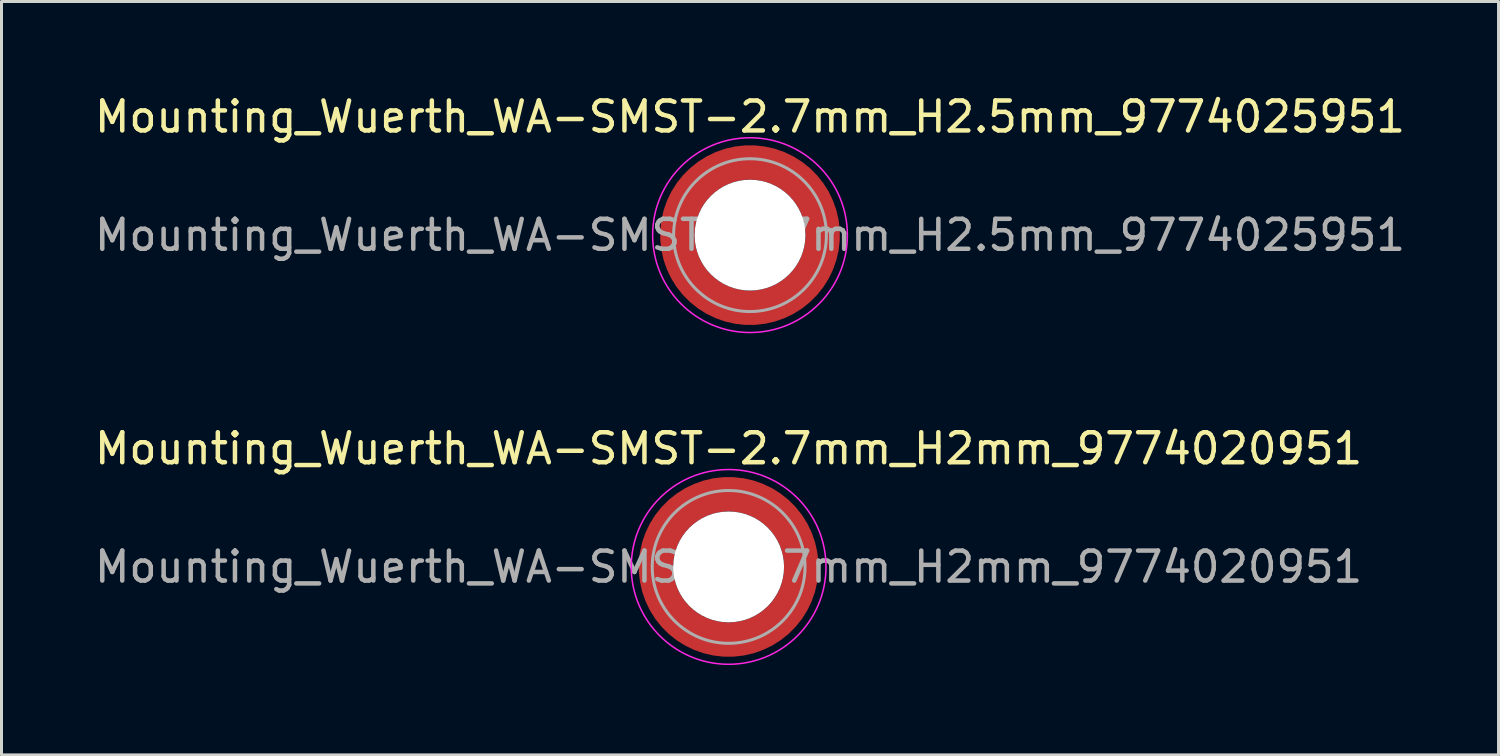
<source format=kicad_pcb>
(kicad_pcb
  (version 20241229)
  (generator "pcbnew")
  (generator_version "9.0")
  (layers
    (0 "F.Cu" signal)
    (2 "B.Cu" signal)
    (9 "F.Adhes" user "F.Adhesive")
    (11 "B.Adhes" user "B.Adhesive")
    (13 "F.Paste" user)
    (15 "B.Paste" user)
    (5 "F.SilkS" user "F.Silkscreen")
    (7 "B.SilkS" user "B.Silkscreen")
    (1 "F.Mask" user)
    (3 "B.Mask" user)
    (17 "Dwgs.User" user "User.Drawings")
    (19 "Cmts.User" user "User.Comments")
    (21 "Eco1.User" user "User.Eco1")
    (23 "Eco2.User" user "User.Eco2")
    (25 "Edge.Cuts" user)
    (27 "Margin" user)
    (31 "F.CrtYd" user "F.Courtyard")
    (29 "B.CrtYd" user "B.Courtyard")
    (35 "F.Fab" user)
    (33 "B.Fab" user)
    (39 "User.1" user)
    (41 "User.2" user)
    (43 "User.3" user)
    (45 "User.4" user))
  (footprint "Mounting_Wuerth_WA-SMST-2.7mm_H2.5mm_9774025951"
    (layer "F.Cu")
    (at 21.982 4.798)
    (property "Reference" "Mounting_Wuerth_WA-SMST-2.7mm_H2.5mm_9774025951" (at 0 -3.95 0) (layer "F.SilkS") (effects (font (size 1 1) (thickness 0.15))))
    (attr smd)
    (fp_circle (center 0 0) (end 3.25 0) (stroke (width 0.05) (type solid)) (fill no) (layer "F.CrtYd"))
    (fp_circle (center 0 0) (end 2.55 0) (stroke (width 0.1) (type solid)) (fill no) (layer "F.Fab"))
    (fp_text user "${REFERENCE}" (at 0 0 0) (layer "F.Fab") (effects (font (size 1 1) (thickness 0.15))))
    (pad "" smd custom (at -1.704 -1.704) (size 0.62 0.62) (layers "F.Paste") (options (anchor circle)) (primitives (gr_arc (start -0.250195 1.279127) (mid 0.289914 0.289914) (end 1.279127 -0.250195) (width 0.2)) (gr_arc (start -0.34334 1.279127) (mid 0.225488 0.225488) (end 1.279127 -0.34334) (width 0.2)) (gr_arc (start -0.436309 1.279127) (mid 0.161063 0.161063) (end 1.279127 -0.436309) (width 0.2)) (gr_arc (start -0.529126 1.279127) (mid 0.096638 0.096638) (end 1.279127 -0.529126) (width 0.2)) (gr_arc (start -0.621807 1.279127) (mid 0.032213 0.032213) (end 1.279127 -0.621807) (width 0.2)) (gr_arc (start -0.71437 1.279127) (mid -0.032213 -0.032213) (end 1.279127 -0.71437) (width 0.2)) (gr_arc (start -0.806826 1.279127) (mid -0.096638 -0.096638) (end 1.279127 -0.806826) (width 0.2)) (gr_arc (start -0.899187 1.279127) (mid -0.161063 -0.161063) (end 1.279127 -0.899187) (width 0.2)) (gr_arc (start -0.991463 1.279127) (mid -0.225488 -0.225488) (end 1.279127 -0.991463) (width 0.2)) (gr_arc (start -1.083663 1.279127) (mid -0.289914 -0.289914) (end 1.279127 -1.083663) (width 0.2)) (gr_line (start 1.279 -0.25) (end 1.279 -1.084) (width 0.2)) (gr_line (start -0.25 1.279) (end -1.084 1.279) (width 0.2))))
    (pad "" smd custom (at -1.704 1.704) (size 0.62 0.62) (layers "F.Paste") (options (anchor circle)) (primitives (gr_arc (start 1.279127 0.250195) (mid 0.289914 -0.289914) (end -0.250195 -1.279127) (width 0.2)) (gr_arc (start 1.279127 0.34334) (mid 0.225488 -0.225488) (end -0.34334 -1.279127) (width 0.2)) (gr_arc (start 1.279127 0.436309) (mid 0.161063 -0.161063) (end -0.436309 -1.279127) (width 0.2)) (gr_arc (start 1.279127 0.529126) (mid 0.096638 -0.096638) (end -0.529126 -1.279127) (width 0.2)) (gr_arc (start 1.279127 0.621807) (mid 0.032213 -0.032213) (end -0.621807 -1.279127) (width 0.2)) (gr_arc (start 1.279127 0.71437) (mid -0.032213 0.032213) (end -0.71437 -1.279127) (width 0.2)) (gr_arc (start 1.279127 0.806826) (mid -0.096638 0.096638) (end -0.806826 -1.279127) (width 0.2)) (gr_arc (start 1.279127 0.899187) (mid -0.161063 0.161063) (end -0.899187 -1.279127) (width 0.2)) (gr_arc (start 1.279127 0.991463) (mid -0.225488 0.225488) (end -0.991463 -1.279127) (width 0.2)) (gr_arc (start 1.279127 1.083663) (mid -0.289914 0.289914) (end -1.083663 -1.279127) (width 0.2)) (gr_line (start -0.25 -1.279) (end -1.084 -1.279) (width 0.2)) (gr_line (start 1.279 0.25) (end 1.279 1.084) (width 0.2))))
    (pad "" np_thru_hole circle (at 0 0) (size 3.7 3.7) (drill 3.7) (layers "*.Cu" "*.Mask"))
    (pad "" smd custom (at 1.704 -1.704) (size 0.62 0.62) (layers "F.Paste") (options (anchor circle)) (primitives (gr_arc (start -1.279127 -0.250195) (mid -0.289914 0.289914) (end 0.250195 1.279127) (width 0.2)) (gr_arc (start -1.279127 -0.34334) (mid -0.225488 0.225488) (end 0.34334 1.279127) (width 0.2)) (gr_arc (start -1.279127 -0.436309) (mid -0.161063 0.161063) (end 0.436309 1.279127) (width 0.2)) (gr_arc (start -1.279127 -0.529126) (mid -0.096638 0.096638) (end 0.529126 1.279127) (width 0.2)) (gr_arc (start -1.279127 -0.621807) (mid -0.032213 0.032213) (end 0.621807 1.279127) (width 0.2)) (gr_arc (start -1.279127 -0.71437) (mid 0.032213 -0.032213) (end 0.71437 1.279127) (width 0.2)) (gr_arc (start -1.279127 -0.806826) (mid 0.096638 -0.096638) (end 0.806826 1.279127) (width 0.2)) (gr_arc (start -1.279127 -0.899187) (mid 0.161063 -0.161063) (end 0.899187 1.279127) (width 0.2)) (gr_arc (start -1.279127 -0.991463) (mid 0.225488 -0.225488) (end 0.991463 1.279127) (width 0.2)) (gr_arc (start -1.279127 -1.083663) (mid 0.289914 -0.289914) (end 1.083663 1.279127) (width 0.2)) (gr_line (start 0.25 1.279) (end 1.084 1.279) (width 0.2)) (gr_line (start -1.279 -0.25) (end -1.279 -1.084) (width 0.2))))
    (pad "" smd custom (at 1.704 1.704) (size 0.62 0.62) (layers "F.Paste") (options (anchor circle)) (primitives (gr_arc (start 0.250195 -1.279127) (mid -0.289914 -0.289914) (end -1.279127 0.250195) (width 0.2)) (gr_arc (start 0.34334 -1.279127) (mid -0.225488 -0.225488) (end -1.279127 0.34334) (width 0.2)) (gr_arc (start 0.436309 -1.279127) (mid -0.161063 -0.161063) (end -1.279127 0.436309) (width 0.2)) (gr_arc (start 0.529126 -1.279127) (mid -0.096638 -0.096638) (end -1.279127 0.529126) (width 0.2)) (gr_arc (start 0.621807 -1.279127) (mid -0.032213 -0.032213) (end -1.279127 0.621807) (width 0.2)) (gr_arc (start 0.71437 -1.279127) (mid 0.032213 0.032213) (end -1.279127 0.71437) (width 0.2)) (gr_arc (start 0.806826 -1.279127) (mid 0.096638 0.096638) (end -1.279127 0.806826) (width 0.2)) (gr_arc (start 0.899187 -1.279127) (mid 0.161063 0.161063) (end -1.279127 0.899187) (width 0.2)) (gr_arc (start 0.991463 -1.279127) (mid 0.225488 0.225488) (end -1.279127 0.991463) (width 0.2)) (gr_arc (start 1.083663 -1.279127) (mid 0.289914 0.289914) (end -1.279127 1.083663) (width 0.2)) (gr_line (start -1.279 0.25) (end -1.279 1.084) (width 0.2)) (gr_line (start 0.25 -1.279) (end 1.084 -1.279) (width 0.2))))
    (pad "1" smd circle (at -2.425 0) (size 0.75 0.75) (layers "F.Cu"))
    (pad "1" smd circle (at 0 -2.425) (size 0.75 0.75) (layers "F.Cu"))
    (pad "1" smd circle (at 0 2.425) (size 0.75 0.75) (layers "F.Cu"))
    (pad "1" smd custom (at 2.425 0) (size 0.75 0.75) (layers "F.Cu" "F.Mask") (options (anchor circle)) (primitives (gr_circle (center -2.425 0) (end 0 0) (width 1.15) (fill no)))))
  (footprint "Mounting_Wuerth_WA-SMST-2.7mm_H2mm_9774020951"
    (layer "F.Cu")
    (at 21.268 15.871)
    (property "Reference" "Mounting_Wuerth_WA-SMST-2.7mm_H2mm_9774020951" (at 0 -3.95 0) (layer "F.SilkS") (effects (font (size 1 1) (thickness 0.15))))
    (attr smd)
    (fp_circle (center 0 0) (end 3.25 0) (stroke (width 0.05) (type solid)) (fill no) (layer "F.CrtYd"))
    (fp_circle (center 0 0) (end 2.55 0) (stroke (width 0.1) (type solid)) (fill no) (layer "F.Fab"))
    (fp_text user "${REFERENCE}" (at 0 0 0) (layer "F.Fab") (effects (font (size 1 1) (thickness 0.15))))
    (pad "" smd custom (at -1.704 -1.704) (size 0.62 0.62) (layers "F.Paste") (options (anchor circle)) (primitives (gr_arc (start -0.250195 1.279127) (mid 0.289914 0.289914) (end 1.279127 -0.250195) (width 0.2)) (gr_arc (start -0.34334 1.279127) (mid 0.225488 0.225488) (end 1.279127 -0.34334) (width 0.2)) (gr_arc (start -0.436309 1.279127) (mid 0.161063 0.161063) (end 1.279127 -0.436309) (width 0.2)) (gr_arc (start -0.529126 1.279127) (mid 0.096638 0.096638) (end 1.279127 -0.529126) (width 0.2)) (gr_arc (start -0.621807 1.279127) (mid 0.032213 0.032213) (end 1.279127 -0.621807) (width 0.2)) (gr_arc (start -0.71437 1.279127) (mid -0.032213 -0.032213) (end 1.279127 -0.71437) (width 0.2)) (gr_arc (start -0.806826 1.279127) (mid -0.096638 -0.096638) (end 1.279127 -0.806826) (width 0.2)) (gr_arc (start -0.899187 1.279127) (mid -0.161063 -0.161063) (end 1.279127 -0.899187) (width 0.2)) (gr_arc (start -0.991463 1.279127) (mid -0.225488 -0.225488) (end 1.279127 -0.991463) (width 0.2)) (gr_arc (start -1.083663 1.279127) (mid -0.289914 -0.289914) (end 1.279127 -1.083663) (width 0.2)) (gr_line (start 1.279 -0.25) (end 1.279 -1.084) (width 0.2)) (gr_line (start -0.25 1.279) (end -1.084 1.279) (width 0.2))))
    (pad "" smd custom (at -1.704 1.704) (size 0.62 0.62) (layers "F.Paste") (options (anchor circle)) (primitives (gr_arc (start 1.279127 0.250195) (mid 0.289914 -0.289914) (end -0.250195 -1.279127) (width 0.2)) (gr_arc (start 1.279127 0.34334) (mid 0.225488 -0.225488) (end -0.34334 -1.279127) (width 0.2)) (gr_arc (start 1.279127 0.436309) (mid 0.161063 -0.161063) (end -0.436309 -1.279127) (width 0.2)) (gr_arc (start 1.279127 0.529126) (mid 0.096638 -0.096638) (end -0.529126 -1.279127) (width 0.2)) (gr_arc (start 1.279127 0.621807) (mid 0.032213 -0.032213) (end -0.621807 -1.279127) (width 0.2)) (gr_arc (start 1.279127 0.71437) (mid -0.032213 0.032213) (end -0.71437 -1.279127) (width 0.2)) (gr_arc (start 1.279127 0.806826) (mid -0.096638 0.096638) (end -0.806826 -1.279127) (width 0.2)) (gr_arc (start 1.279127 0.899187) (mid -0.161063 0.161063) (end -0.899187 -1.279127) (width 0.2)) (gr_arc (start 1.279127 0.991463) (mid -0.225488 0.225488) (end -0.991463 -1.279127) (width 0.2)) (gr_arc (start 1.279127 1.083663) (mid -0.289914 0.289914) (end -1.083663 -1.279127) (width 0.2)) (gr_line (start -0.25 -1.279) (end -1.084 -1.279) (width 0.2)) (gr_line (start 1.279 0.25) (end 1.279 1.084) (width 0.2))))
    (pad "" np_thru_hole circle (at 0 0) (size 3.7 3.7) (drill 3.7) (layers "*.Cu" "*.Mask"))
    (pad "" smd custom (at 1.704 -1.704) (size 0.62 0.62) (layers "F.Paste") (options (anchor circle)) (primitives (gr_arc (start -1.279127 -0.250195) (mid -0.289914 0.289914) (end 0.250195 1.279127) (width 0.2)) (gr_arc (start -1.279127 -0.34334) (mid -0.225488 0.225488) (end 0.34334 1.279127) (width 0.2)) (gr_arc (start -1.279127 -0.436309) (mid -0.161063 0.161063) (end 0.436309 1.279127) (width 0.2)) (gr_arc (start -1.279127 -0.529126) (mid -0.096638 0.096638) (end 0.529126 1.279127) (width 0.2)) (gr_arc (start -1.279127 -0.621807) (mid -0.032213 0.032213) (end 0.621807 1.279127) (width 0.2)) (gr_arc (start -1.279127 -0.71437) (mid 0.032213 -0.032213) (end 0.71437 1.279127) (width 0.2)) (gr_arc (start -1.279127 -0.806826) (mid 0.096638 -0.096638) (end 0.806826 1.279127) (width 0.2)) (gr_arc (start -1.279127 -0.899187) (mid 0.161063 -0.161063) (end 0.899187 1.279127) (width 0.2)) (gr_arc (start -1.279127 -0.991463) (mid 0.225488 -0.225488) (end 0.991463 1.279127) (width 0.2)) (gr_arc (start -1.279127 -1.083663) (mid 0.289914 -0.289914) (end 1.083663 1.279127) (width 0.2)) (gr_line (start 0.25 1.279) (end 1.084 1.279) (width 0.2)) (gr_line (start -1.279 -0.25) (end -1.279 -1.084) (width 0.2))))
    (pad "" smd custom (at 1.704 1.704) (size 0.62 0.62) (layers "F.Paste") (options (anchor circle)) (primitives (gr_arc (start 0.250195 -1.279127) (mid -0.289914 -0.289914) (end -1.279127 0.250195) (width 0.2)) (gr_arc (start 0.34334 -1.279127) (mid -0.225488 -0.225488) (end -1.279127 0.34334) (width 0.2)) (gr_arc (start 0.436309 -1.279127) (mid -0.161063 -0.161063) (end -1.279127 0.436309) (width 0.2)) (gr_arc (start 0.529126 -1.279127) (mid -0.096638 -0.096638) (end -1.279127 0.529126) (width 0.2)) (gr_arc (start 0.621807 -1.279127) (mid -0.032213 -0.032213) (end -1.279127 0.621807) (width 0.2)) (gr_arc (start 0.71437 -1.279127) (mid 0.032213 0.032213) (end -1.279127 0.71437) (width 0.2)) (gr_arc (start 0.806826 -1.279127) (mid 0.096638 0.096638) (end -1.279127 0.806826) (width 0.2)) (gr_arc (start 0.899187 -1.279127) (mid 0.161063 0.161063) (end -1.279127 0.899187) (width 0.2)) (gr_arc (start 0.991463 -1.279127) (mid 0.225488 0.225488) (end -1.279127 0.991463) (width 0.2)) (gr_arc (start 1.083663 -1.279127) (mid 0.289914 0.289914) (end -1.279127 1.083663) (width 0.2)) (gr_line (start -1.279 0.25) (end -1.279 1.084) (width 0.2)) (gr_line (start 0.25 -1.279) (end 1.084 -1.279) (width 0.2))))
    (pad "1" smd circle (at -2.425 0) (size 0.75 0.75) (layers "F.Cu"))
    (pad "1" smd circle (at 0 -2.425) (size 0.75 0.75) (layers "F.Cu"))
    (pad "1" smd circle (at 0 2.425) (size 0.75 0.75) (layers "F.Cu"))
    (pad "1" smd custom (at 2.425 0) (size 0.75 0.75) (layers "F.Cu" "F.Mask") (options (anchor circle)) (primitives (gr_circle (center -2.425 0) (end 0 0) (width 1.15) (fill no)))))
  (gr_rect
    (start -3 -3)
    (end 46.964 22.146)
    (stroke (width 0.1) (type default))
    (fill no)
    (layer "Edge.Cuts")))
</source>
